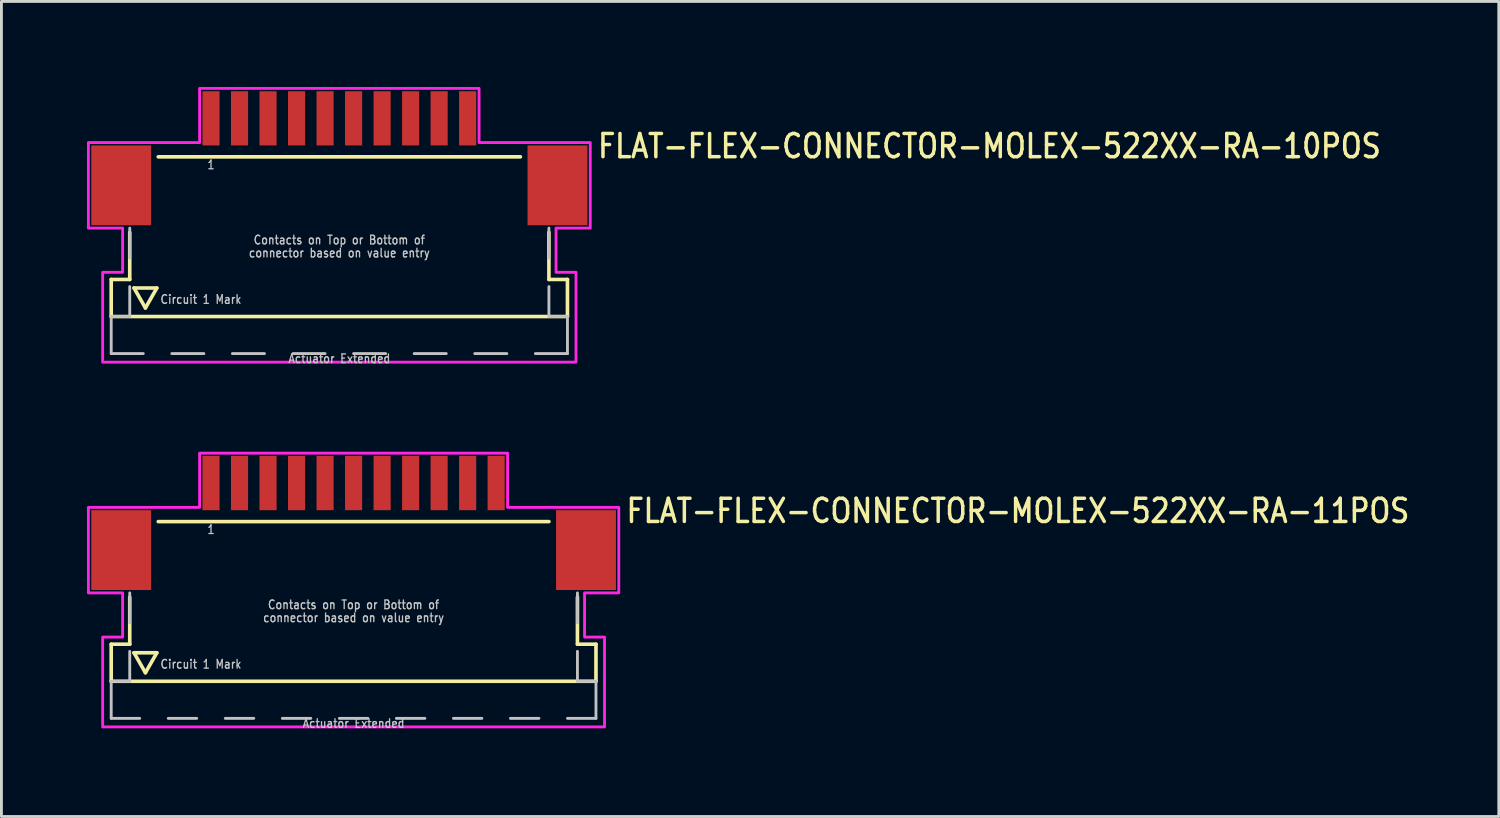
<source format=kicad_pcb>
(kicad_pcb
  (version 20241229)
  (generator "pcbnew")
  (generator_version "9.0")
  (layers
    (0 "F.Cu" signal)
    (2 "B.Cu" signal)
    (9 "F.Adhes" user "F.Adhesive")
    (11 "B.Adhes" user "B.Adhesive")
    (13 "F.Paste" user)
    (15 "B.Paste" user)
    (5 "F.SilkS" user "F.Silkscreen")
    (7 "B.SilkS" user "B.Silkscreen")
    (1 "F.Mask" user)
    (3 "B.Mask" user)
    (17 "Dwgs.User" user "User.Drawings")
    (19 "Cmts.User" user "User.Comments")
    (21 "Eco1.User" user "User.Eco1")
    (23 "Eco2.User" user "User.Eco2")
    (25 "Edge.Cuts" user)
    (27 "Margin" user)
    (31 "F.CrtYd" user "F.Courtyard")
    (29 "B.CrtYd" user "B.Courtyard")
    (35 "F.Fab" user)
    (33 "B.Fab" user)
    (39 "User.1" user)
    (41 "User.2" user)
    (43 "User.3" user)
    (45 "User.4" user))
  (footprint "FLAT-FLEX-CONNECTOR-MOLEX-522XX-RA-10POS"
    (layer "F.Cu")
    (at 8.85 2.05)
    (property "Reference" "FLAT-FLEX-CONNECTOR-MOLEX-522XX-RA-10POS" (at 9 0.5 0) (unlocked yes) (layer "F.SilkS") (effects (font (size 0.813 0.695) (thickness 0.122)) (justify left bottom)))
    (fp_line (start -8 4.7) (end -8 6) (stroke (width 0.127) (type solid)) (layer "F.SilkS"))
    (fp_line (start -8 6) (end 8 6) (stroke (width 0.127) (type solid)) (layer "F.SilkS"))
    (fp_line (start -7.35 3.05) (end -7.35 4.7) (stroke (width 0.127) (type solid)) (layer "F.SilkS"))
    (fp_line (start -7.35 4.7) (end -8 4.7) (stroke (width 0.127) (type solid)) (layer "F.SilkS"))
    (fp_line (start -7.2 5) (end -6.4 5) (stroke (width 0.127) (type solid)) (layer "F.SilkS"))
    (fp_line (start -6.8 5.7) (end -7.2 5) (stroke (width 0.127) (type solid)) (layer "F.SilkS"))
    (fp_line (start -6.4 5) (end -6.8 5.7) (stroke (width 0.127) (type solid)) (layer "F.SilkS"))
    (fp_line (start -6.35 0.4) (end 6.35 0.4) (stroke (width 0.127) (type solid)) (layer "F.SilkS"))
    (fp_line (start 7.35 3.05) (end 7.35 4.7) (stroke (width 0.127) (type solid)) (layer "F.SilkS"))
    (fp_line (start 8 4.7) (end 7.35 4.7) (stroke (width 0.127) (type solid)) (layer "F.SilkS"))
    (fp_line (start 8 6) (end 8 4.7) (stroke (width 0.127) (type solid)) (layer "F.SilkS"))
    (fp_line (start -8 6) (end -8 7.3) (stroke (width 0.1) (type solid)) (layer "Dwgs.User"))
    (fp_line (start -8 7.3) (end -6.875 7.3) (stroke (width 0.1) (type solid)) (layer "Dwgs.User"))
    (fp_line (start -7.35 2.9) (end -7.35 3.95) (stroke (width 0.1) (type solid)) (layer "Dwgs.User"))
    (fp_line (start -7.35 4.95) (end -7.35 6) (stroke (width 0.1) (type solid)) (layer "Dwgs.User"))
    (fp_line (start -7.35 6) (end -8 6) (stroke (width 0.1) (type solid)) (layer "Dwgs.User"))
    (fp_line (start -5.875 7.3) (end -4.75 7.3) (stroke (width 0.1) (type solid)) (layer "Dwgs.User"))
    (fp_line (start -3.75 7.3) (end -2.625 7.3) (stroke (width 0.1) (type solid)) (layer "Dwgs.User"))
    (fp_line (start -1.625 7.3) (end -0.5 7.3) (stroke (width 0.1) (type solid)) (layer "Dwgs.User"))
    (fp_line (start 0.5 7.3) (end 1.625 7.3) (stroke (width 0.1) (type solid)) (layer "Dwgs.User"))
    (fp_line (start 2.625 7.3) (end 3.75 7.3) (stroke (width 0.1) (type solid)) (layer "Dwgs.User"))
    (fp_line (start 4.75 7.3) (end 5.875 7.3) (stroke (width 0.1) (type solid)) (layer "Dwgs.User"))
    (fp_line (start 6.875 7.3) (end 8 7.3) (stroke (width 0.1) (type solid)) (layer "Dwgs.User"))
    (fp_line (start 7.35 2.9) (end 7.35 3.95) (stroke (width 0.1) (type solid)) (layer "Dwgs.User"))
    (fp_line (start 7.35 4.95) (end 7.35 6) (stroke (width 0.1) (type solid)) (layer "Dwgs.User"))
    (fp_line (start 8 6) (end 7.35 6) (stroke (width 0.1) (type solid)) (layer "Dwgs.User"))
    (fp_line (start 8 7.3) (end 8 6) (stroke (width 0.1) (type solid)) (layer "Dwgs.User"))
    (fp_poly (pts (xy -8.8 2.9) (xy -8.8 -0.1) (xy -4.9 -0.1) (xy -4.9 -2) (xy 4.9 -2) (xy 4.9 -0.1) (xy 8.8 -0.1) (xy 8.8 2.9) (xy 7.6 2.9) (xy 7.6 4.45) (xy 8.3 4.45) (xy 8.3 7.6) (xy -8.3 7.6) (xy -8.3 4.45) (xy -7.6 4.45) (xy -7.6 2.9)) (stroke (width 0.1) (type solid)) (fill no) (layer "F.CrtYd"))
    (fp_text user "connector based on value entry" (at 0 3.95 0) (unlocked yes) (layer "Dwgs.User") (effects (font (size 0.305 0.261) (thickness 0.046)) (justify bottom)))
    (fp_text user "Circuit 1 Mark" (at -6.3 5.4 0) (unlocked yes) (layer "Dwgs.User") (effects (font (size 0.305 0.261) (thickness 0.046)) (justify left)))
    (fp_text user "1" (at -4.5 0.5 0) (unlocked yes) (layer "Dwgs.User") (effects (font (size 0.305 0.261) (thickness 0.046)) (justify top)))
    (fp_text user "Actuator Extended" (at 0 7.3 0) (unlocked yes) (layer "Dwgs.User") (effects (font (size 0.305 0.261) (thickness 0.046)) (justify top)))
    (fp_text user "Contacts on Top or Bottom of" (at 0 3.493 0) (unlocked yes) (layer "Dwgs.User") (effects (font (size 0.305 0.261) (thickness 0.046)) (justify bottom)))
    (pad "1" smd rect (at -4.5 -0.95) (size 0.6 1.9) (layers "F.Cu" "F.Mask" "F.Paste"))
    (pad "2" smd rect (at -3.5 -0.95) (size 0.6 1.9) (layers "F.Cu" "F.Mask" "F.Paste"))
    (pad "3" smd rect (at -2.5 -0.95) (size 0.6 1.9) (layers "F.Cu" "F.Mask" "F.Paste"))
    (pad "4" smd rect (at -1.5 -0.95) (size 0.6 1.9) (layers "F.Cu" "F.Mask" "F.Paste"))
    (pad "5" smd rect (at -0.5 -0.95) (size 0.6 1.9) (layers "F.Cu" "F.Mask" "F.Paste"))
    (pad "6" smd rect (at 0.5 -0.95) (size 0.6 1.9) (layers "F.Cu" "F.Mask" "F.Paste"))
    (pad "7" smd rect (at 1.5 -0.95) (size 0.6 1.9) (layers "F.Cu" "F.Mask" "F.Paste"))
    (pad "8" smd rect (at 2.5 -0.95) (size 0.6 1.9) (layers "F.Cu" "F.Mask" "F.Paste"))
    (pad "9" smd rect (at 3.5 -0.95) (size 0.6 1.9) (layers "F.Cu" "F.Mask" "F.Paste"))
    (pad "10" smd rect (at 4.5 -0.95) (size 0.6 1.9) (layers "F.Cu" "F.Mask" "F.Paste"))
    (pad "M1" smd rect (at -7.65 1.4) (size 2.1 2.8) (layers "F.Cu" "F.Mask" "F.Paste"))
    (pad "M2" smd rect (at 7.65 1.4) (size 2.1 2.8) (layers "F.Cu" "F.Mask" "F.Paste")))
  (footprint "FLAT-FLEX-CONNECTOR-MOLEX-522XX-RA-11POS"
    (layer "F.Cu")
    (at 9.35 14.842)
    (property "Reference" "FLAT-FLEX-CONNECTOR-MOLEX-522XX-RA-11POS" (at 9.5 0.5 0) (unlocked yes) (layer "F.SilkS") (effects (font (size 0.813 0.695) (thickness 0.122)) (justify left bottom)))
    (fp_line (start -8.5 4.7) (end -8.5 6) (stroke (width 0.127) (type solid)) (layer "F.SilkS"))
    (fp_line (start -8.5 6) (end 8.5 6) (stroke (width 0.127) (type solid)) (layer "F.SilkS"))
    (fp_line (start -7.85 3.05) (end -7.85 4.7) (stroke (width 0.127) (type solid)) (layer "F.SilkS"))
    (fp_line (start -7.85 4.7) (end -8.5 4.7) (stroke (width 0.127) (type solid)) (layer "F.SilkS"))
    (fp_line (start -7.7 5) (end -6.9 5) (stroke (width 0.127) (type solid)) (layer "F.SilkS"))
    (fp_line (start -7.3 5.7) (end -7.7 5) (stroke (width 0.127) (type solid)) (layer "F.SilkS"))
    (fp_line (start -6.9 5) (end -7.3 5.7) (stroke (width 0.127) (type solid)) (layer "F.SilkS"))
    (fp_line (start -6.85 0.4) (end 6.85 0.4) (stroke (width 0.127) (type solid)) (layer "F.SilkS"))
    (fp_line (start 7.85 3.05) (end 7.85 4.7) (stroke (width 0.127) (type solid)) (layer "F.SilkS"))
    (fp_line (start 8.5 4.7) (end 7.85 4.7) (stroke (width 0.127) (type solid)) (layer "F.SilkS"))
    (fp_line (start 8.5 6) (end 8.5 4.7) (stroke (width 0.127) (type solid)) (layer "F.SilkS"))
    (fp_line (start -8.5 6) (end -8.5 7.3) (stroke (width 0.1) (type solid)) (layer "Dwgs.User"))
    (fp_line (start -8.5 7.3) (end -7.5 7.3) (stroke (width 0.1) (type solid)) (layer "Dwgs.User"))
    (fp_line (start -7.85 2.9) (end -7.85 3.95) (stroke (width 0.1) (type solid)) (layer "Dwgs.User"))
    (fp_line (start -7.85 4.95) (end -7.85 6) (stroke (width 0.1) (type solid)) (layer "Dwgs.User"))
    (fp_line (start -7.85 6) (end -8.5 6) (stroke (width 0.1) (type solid)) (layer "Dwgs.User"))
    (fp_line (start -6.5 7.3) (end -5.5 7.3) (stroke (width 0.1) (type solid)) (layer "Dwgs.User"))
    (fp_line (start -4.5 7.3) (end -3.5 7.3) (stroke (width 0.1) (type solid)) (layer "Dwgs.User"))
    (fp_line (start -2.5 7.3) (end -1.5 7.3) (stroke (width 0.1) (type solid)) (layer "Dwgs.User"))
    (fp_line (start -0.5 7.3) (end 0.5 7.3) (stroke (width 0.1) (type solid)) (layer "Dwgs.User"))
    (fp_line (start 1.5 7.3) (end 2.5 7.3) (stroke (width 0.1) (type solid)) (layer "Dwgs.User"))
    (fp_line (start 3.5 7.3) (end 4.5 7.3) (stroke (width 0.1) (type solid)) (layer "Dwgs.User"))
    (fp_line (start 5.5 7.3) (end 6.5 7.3) (stroke (width 0.1) (type solid)) (layer "Dwgs.User"))
    (fp_line (start 7.5 7.3) (end 8.5 7.3) (stroke (width 0.1) (type solid)) (layer "Dwgs.User"))
    (fp_line (start 7.85 2.9) (end 7.85 3.95) (stroke (width 0.1) (type solid)) (layer "Dwgs.User"))
    (fp_line (start 7.85 4.95) (end 7.85 6) (stroke (width 0.1) (type solid)) (layer "Dwgs.User"))
    (fp_line (start 8.5 6) (end 7.85 6) (stroke (width 0.1) (type solid)) (layer "Dwgs.User"))
    (fp_line (start 8.5 7.3) (end 8.5 6) (stroke (width 0.1) (type solid)) (layer "Dwgs.User"))
    (fp_poly (pts (xy -9.3 2.9) (xy -9.3 -0.1) (xy -5.4 -0.1) (xy -5.4 -2) (xy 5.4 -2) (xy 5.4 -0.1) (xy 9.3 -0.1) (xy 9.3 2.9) (xy 8.1 2.9) (xy 8.1 4.45) (xy 8.8 4.45) (xy 8.8 7.6) (xy -8.8 7.6) (xy -8.8 4.45) (xy -8.1 4.45) (xy -8.1 2.9)) (stroke (width 0.1) (type solid)) (fill no) (layer "F.CrtYd"))
    (fp_text user "Contacts on Top or Bottom of" (at 0 3.493 0) (unlocked yes) (layer "Dwgs.User") (effects (font (size 0.305 0.261) (thickness 0.046)) (justify bottom)))
    (fp_text user "1" (at -5 0.5 0) (unlocked yes) (layer "Dwgs.User") (effects (font (size 0.305 0.261) (thickness 0.046)) (justify top)))
    (fp_text user "connector based on value entry" (at 0 3.95 0) (unlocked yes) (layer "Dwgs.User") (effects (font (size 0.305 0.261) (thickness 0.046)) (justify bottom)))
    (fp_text user "Actuator Extended" (at 0 7.3 0) (unlocked yes) (layer "Dwgs.User") (effects (font (size 0.305 0.261) (thickness 0.046)) (justify top)))
    (fp_text user "Circuit 1 Mark" (at -6.8 5.4 0) (unlocked yes) (layer "Dwgs.User") (effects (font (size 0.305 0.261) (thickness 0.046)) (justify left)))
    (pad "1" smd rect (at -5 -0.95) (size 0.6 1.9) (layers "F.Cu" "F.Mask" "F.Paste"))
    (pad "2" smd rect (at -4 -0.95) (size 0.6 1.9) (layers "F.Cu" "F.Mask" "F.Paste"))
    (pad "3" smd rect (at -3 -0.95) (size 0.6 1.9) (layers "F.Cu" "F.Mask" "F.Paste"))
    (pad "4" smd rect (at -2 -0.95) (size 0.6 1.9) (layers "F.Cu" "F.Mask" "F.Paste"))
    (pad "5" smd rect (at -1 -0.95) (size 0.6 1.9) (layers "F.Cu" "F.Mask" "F.Paste"))
    (pad "6" smd rect (at 0 -0.95) (size 0.6 1.9) (layers "F.Cu" "F.Mask" "F.Paste"))
    (pad "7" smd rect (at 1 -0.95) (size 0.6 1.9) (layers "F.Cu" "F.Mask" "F.Paste"))
    (pad "8" smd rect (at 2 -0.95) (size 0.6 1.9) (layers "F.Cu" "F.Mask" "F.Paste"))
    (pad "9" smd rect (at 3 -0.95) (size 0.6 1.9) (layers "F.Cu" "F.Mask" "F.Paste"))
    (pad "10" smd rect (at 4 -0.95) (size 0.6 1.9) (layers "F.Cu" "F.Mask" "F.Paste"))
    (pad "11" smd rect (at 5 -0.95) (size 0.6 1.9) (layers "F.Cu" "F.Mask" "F.Paste"))
    (pad "M1" smd rect (at -8.15 1.4) (size 2.1 2.8) (layers "F.Cu" "F.Mask" "F.Paste"))
    (pad "M2" smd rect (at 8.15 1.4) (size 2.1 2.8) (layers "F.Cu" "F.Mask" "F.Paste")))
  (gr_rect
    (start -3 -3)
    (end 49.511 25.584)
    (stroke (width 0.1) (type default))
    (fill no)
    (layer "Edge.Cuts")))
</source>
